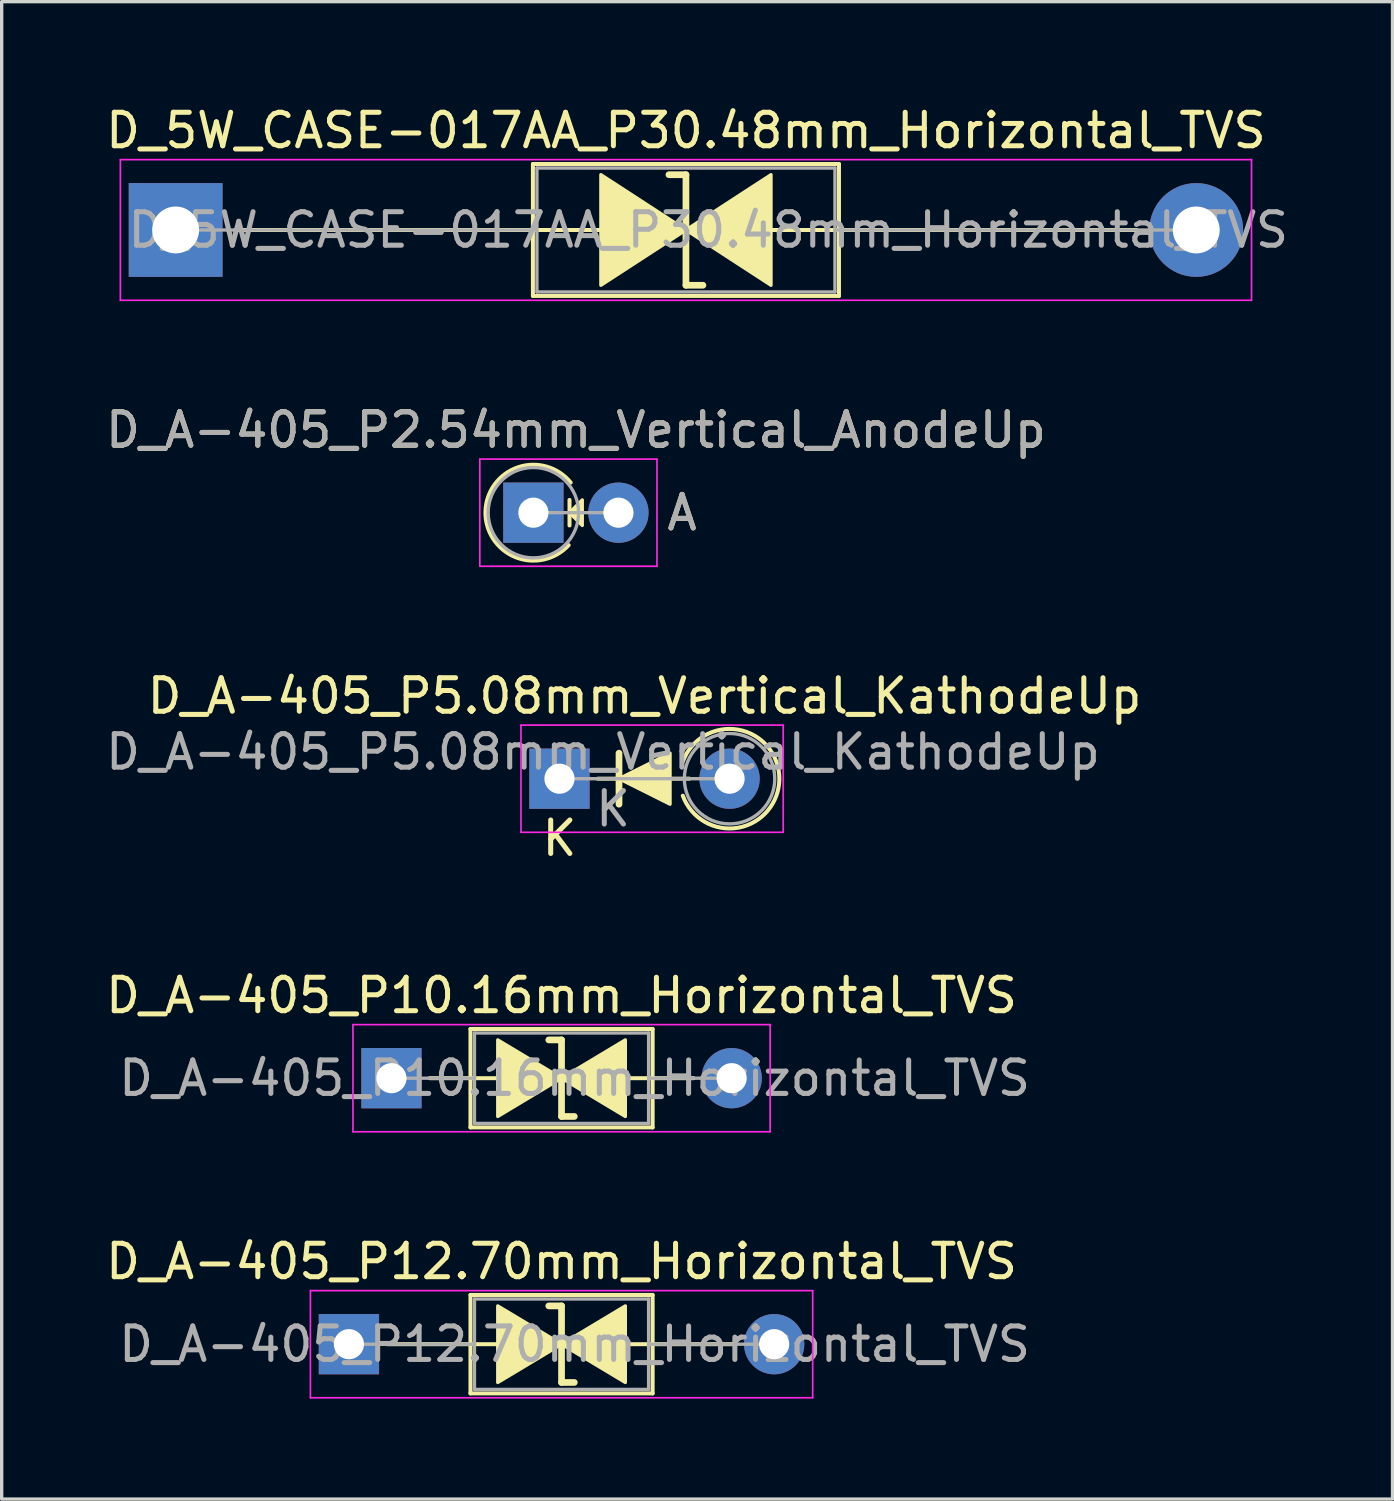
<source format=kicad_pcb>
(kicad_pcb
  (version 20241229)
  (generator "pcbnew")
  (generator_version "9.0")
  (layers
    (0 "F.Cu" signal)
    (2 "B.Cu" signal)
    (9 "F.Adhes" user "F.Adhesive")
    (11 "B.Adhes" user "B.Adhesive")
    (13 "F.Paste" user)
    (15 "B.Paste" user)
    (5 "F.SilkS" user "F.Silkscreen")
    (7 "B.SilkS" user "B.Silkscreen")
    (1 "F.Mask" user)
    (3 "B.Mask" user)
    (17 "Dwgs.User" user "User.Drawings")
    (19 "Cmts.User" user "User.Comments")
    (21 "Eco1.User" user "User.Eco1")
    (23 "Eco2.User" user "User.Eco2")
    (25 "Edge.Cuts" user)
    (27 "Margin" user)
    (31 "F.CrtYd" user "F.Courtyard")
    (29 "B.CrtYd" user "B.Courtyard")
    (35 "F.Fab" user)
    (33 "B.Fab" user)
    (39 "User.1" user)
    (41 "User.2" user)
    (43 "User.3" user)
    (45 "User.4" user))
  (footprint "D_A-405_P5.08mm_Vertical_KathodeUp"
    (layer "F.Cu")
    (at 13.658 20.205)
    (property "Reference" "D_A-405_P5.08mm_Vertical_KathodeUp" (at 2.54 -2.47 0) (layer "F.SilkS") (effects (font (size 1 1) (thickness 0.15))))
    (attr through_hole)
    (fp_line (start 1.143 0) (end 3.88 0) (stroke (width 0.12) (type solid)) (layer "F.SilkS"))
    (fp_line (start 1.778 -0.762) (end 1.778 0.762) (stroke (width 0.2) (type solid)) (layer "F.SilkS"))
    (fp_arc (start 3.683 -0.507999) (mid 6.566495 0.000001) (end 3.683 0.508) (stroke (width 0.12) (type solid)) (layer "F.SilkS"))
    (fp_poly (pts (xy 3.302 0.762) (xy 1.778 0) (xy 3.302 -0.762)) (stroke (width 0.1) (type solid)) (fill yes) (layer "F.SilkS"))
    (fp_line (start -1.15 -1.6) (end -1.15 1.6) (stroke (width 0.05) (type solid)) (layer "F.CrtYd"))
    (fp_line (start -1.15 1.6) (end 6.68 1.6) (stroke (width 0.05) (type solid)) (layer "F.CrtYd"))
    (fp_line (start 6.68 -1.6) (end -1.15 -1.6) (stroke (width 0.05) (type solid)) (layer "F.CrtYd"))
    (fp_line (start 6.68 1.6) (end 6.68 -1.6) (stroke (width 0.05) (type solid)) (layer "F.CrtYd"))
    (fp_line (start 0 0) (end 5.08 0) (stroke (width 0.1) (type solid)) (layer "F.Fab"))
    (fp_circle (center 5.08 0) (end 6.43 0) (stroke (width 0.1) (type solid)) (fill no) (layer "F.Fab"))
    (fp_text user "K" (at 0 1.778 0) (layer "F.SilkS") (effects (font (size 1 1) (thickness 0.15))))
    (fp_text user "${REFERENCE}" (at 1.3 -0.8 0) (layer "F.Fab") (effects (font (size 1 1) (thickness 0.15))))
    (fp_text user "K" (at 1.6 0.9 0) (layer "F.Fab") (effects (font (size 1 1) (thickness 0.15))))
    (pad "1" thru_hole rect (at 0 0) (size 1.8 1.8) (drill 0.9) (layers "*.Cu" "*.Mask"))
    (pad "2" thru_hole oval (at 5.08 0) (size 1.8 1.8) (drill 0.9) (layers "*.Cu" "*.Mask")))
  (footprint "D_A-405_P10.16mm_Horizontal_TVS"
    (layer "F.Cu")
    (at 8.64 29.149)
    (property "Reference" "D_A-405_P10.16mm_Horizontal_TVS" (at 5.08 -2.47 0) (layer "F.SilkS") (effects (font (size 1 1) (thickness 0.15))))
    (attr through_hole)
    (fp_line (start 1.14 0) (end 2.36 0) (stroke (width 0.12) (type solid)) (layer "F.SilkS"))
    (fp_line (start 2.36 -1.47) (end 2.36 1.47) (stroke (width 0.12) (type solid)) (layer "F.SilkS"))
    (fp_line (start 2.36 0) (end 3.175 0) (stroke (width 0.12) (type solid)) (layer "F.SilkS"))
    (fp_line (start 2.36 1.47) (end 7.8 1.47) (stroke (width 0.12) (type solid)) (layer "F.SilkS"))
    (fp_line (start 5.08 -1.143) (end 4.699 -1.143) (stroke (width 0.2) (type solid)) (layer "F.SilkS"))
    (fp_line (start 5.08 1.143) (end 5.08 -1.143) (stroke (width 0.2) (type solid)) (layer "F.SilkS"))
    (fp_line (start 5.461 1.143) (end 5.08 1.143) (stroke (width 0.2) (type solid)) (layer "F.SilkS"))
    (fp_line (start 7.8 -1.47) (end 2.36 -1.47) (stroke (width 0.12) (type solid)) (layer "F.SilkS"))
    (fp_line (start 7.8 0) (end 6.985 0) (stroke (width 0.12) (type solid)) (layer "F.SilkS"))
    (fp_line (start 7.8 1.47) (end 7.8 -1.47) (stroke (width 0.12) (type solid)) (layer "F.SilkS"))
    (fp_line (start 9.02 0) (end 7.8 0) (stroke (width 0.12) (type solid)) (layer "F.SilkS"))
    (fp_poly (pts (xy 5.08 0) (xy 3.175 1.143) (xy 3.175 -1.143)) (stroke (width 0.1) (type solid)) (fill yes) (layer "F.SilkS"))
    (fp_poly (pts (xy 5.08 0) (xy 6.985 -1.143) (xy 6.985 1.143)) (stroke (width 0.1) (type solid)) (fill yes) (layer "F.SilkS"))
    (fp_line (start -1.15 -1.6) (end -1.15 1.6) (stroke (width 0.05) (type solid)) (layer "F.CrtYd"))
    (fp_line (start -1.15 1.6) (end 11.31 1.6) (stroke (width 0.05) (type solid)) (layer "F.CrtYd"))
    (fp_line (start 11.31 -1.6) (end -1.15 -1.6) (stroke (width 0.05) (type solid)) (layer "F.CrtYd"))
    (fp_line (start 11.31 1.6) (end 11.31 -1.6) (stroke (width 0.05) (type solid)) (layer "F.CrtYd"))
    (fp_line (start 0 0) (end 2.48 0) (stroke (width 0.1) (type solid)) (layer "F.Fab"))
    (fp_line (start 2.48 -1.35) (end 2.48 1.35) (stroke (width 0.1) (type solid)) (layer "F.Fab"))
    (fp_line (start 2.48 1.35) (end 7.68 1.35) (stroke (width 0.1) (type solid)) (layer "F.Fab"))
    (fp_line (start 7.68 -1.35) (end 2.48 -1.35) (stroke (width 0.1) (type solid)) (layer "F.Fab"))
    (fp_line (start 7.68 1.35) (end 7.68 -1.35) (stroke (width 0.1) (type solid)) (layer "F.Fab"))
    (fp_line (start 10.16 0) (end 7.68 0) (stroke (width 0.1) (type solid)) (layer "F.Fab"))
    (fp_text user "${REFERENCE}" (at 5.47 0 0) (layer "F.Fab") (effects (font (size 1 1) (thickness 0.15))))
    (pad "1" thru_hole rect (at 0 0) (size 1.8 1.8) (drill 0.9) (layers "*.Cu" "*.Mask"))
    (pad "2" thru_hole oval (at 10.16 0) (size 1.8 1.8) (drill 0.9) (layers "*.Cu" "*.Mask")))
  (footprint "D_5W_CASE-017AA_P30.48mm_Horizontal_TVS"
    (layer "F.Cu")
    (at 2.195 3.818)
    (property "Reference" "D_5W_CASE-017AA_P30.48mm_Horizontal_TVS" (at 15.24 -2.97 0) (layer "F.SilkS") (effects (font (size 1 1) (thickness 0.15))))
    (fp_line (start 1.778 0) (end 10.67 0) (stroke (width 0.12) (type solid)) (layer "F.SilkS"))
    (fp_line (start 10.668 0) (end 12.7 0) (stroke (width 0.12) (type solid)) (layer "F.SilkS"))
    (fp_line (start 10.67 -1.97) (end 10.67 1.97) (stroke (width 0.12) (type solid)) (layer "F.SilkS"))
    (fp_line (start 10.67 1.97) (end 19.81 1.97) (stroke (width 0.12) (type solid)) (layer "F.SilkS"))
    (fp_line (start 15.24 -1.651) (end 14.732 -1.651) (stroke (width 0.2) (type solid)) (layer "F.SilkS"))
    (fp_line (start 15.24 1.651) (end 15.24 -1.651) (stroke (width 0.2) (type solid)) (layer "F.SilkS"))
    (fp_line (start 15.748 1.651) (end 15.24 1.651) (stroke (width 0.2) (type solid)) (layer "F.SilkS"))
    (fp_line (start 19.81 -1.97) (end 10.67 -1.97) (stroke (width 0.12) (type solid)) (layer "F.SilkS"))
    (fp_line (start 19.81 0) (end 17.78 0) (stroke (width 0.12) (type solid)) (layer "F.SilkS"))
    (fp_line (start 19.81 1.97) (end 19.81 -1.97) (stroke (width 0.12) (type solid)) (layer "F.SilkS"))
    (fp_line (start 28.702 0) (end 19.81 0) (stroke (width 0.12) (type solid)) (layer "F.SilkS"))
    (fp_poly (pts (xy 15.24 0) (xy 12.7 1.651) (xy 12.7 -1.651)) (stroke (width 0.1) (type solid)) (fill yes) (layer "F.SilkS"))
    (fp_poly (pts (xy 15.24 0) (xy 17.78 -1.651) (xy 17.78 1.651)) (stroke (width 0.1) (type solid)) (fill yes) (layer "F.SilkS"))
    (fp_line (start -1.65 -2.1) (end -1.65 2.1) (stroke (width 0.05) (type solid)) (layer "F.CrtYd"))
    (fp_line (start -1.65 2.1) (end 32.13 2.1) (stroke (width 0.05) (type solid)) (layer "F.CrtYd"))
    (fp_line (start 32.13 -2.1) (end -1.65 -2.1) (stroke (width 0.05) (type solid)) (layer "F.CrtYd"))
    (fp_line (start 32.13 2.1) (end 32.13 -2.1) (stroke (width 0.05) (type solid)) (layer "F.CrtYd"))
    (fp_line (start 0 0) (end 10.79 0) (stroke (width 0.1) (type solid)) (layer "F.Fab"))
    (fp_line (start 10.79 -1.85) (end 10.79 1.85) (stroke (width 0.1) (type solid)) (layer "F.Fab"))
    (fp_line (start 10.79 1.85) (end 19.69 1.85) (stroke (width 0.1) (type solid)) (layer "F.Fab"))
    (fp_line (start 19.69 -1.85) (end 10.79 -1.85) (stroke (width 0.1) (type solid)) (layer "F.Fab"))
    (fp_line (start 19.69 1.85) (end 19.69 -1.85) (stroke (width 0.1) (type solid)) (layer "F.Fab"))
    (fp_line (start 30.48 0) (end 19.69 0) (stroke (width 0.1) (type solid)) (layer "F.Fab"))
    (fp_text user "${REFERENCE}" (at 15.908 0 0) (layer "F.Fab") (effects (font (size 1 1) (thickness 0.15))))
    (pad "1" thru_hole rect (at 0 0) (size 2.8 2.8) (drill 1.4) (layers "*.Cu" "*.Mask"))
    (pad "2" thru_hole oval (at 30.48 0) (size 2.8 2.8) (drill 1.4) (layers "*.Cu" "*.Mask")))
  (footprint "D_A-405_P2.54mm_Vertical_AnodeUp"
    (layer "F.Cu")
    (at 12.879 12.261)
    (property "Reference" "D_A-405_P2.54mm_Vertical_AnodeUp" (at 1.27 -2.47 0) (layer "F.SilkS") (effects (font (size 1 1) (thickness 0.15))))
    (attr through_hole)
    (fp_line (start 1.079 -0.381) (end 1.079 0.381) (stroke (width 0.12) (type solid)) (layer "F.SilkS"))
    (fp_arc (start 1.05385 0.968866) (mid -1.430816 -0.045469) (end 1.113239 -0.9) (stroke (width 0.12) (type solid)) (layer "F.SilkS"))
    (fp_poly (pts (xy 1.46 0.381) (xy 1.079 0) (xy 1.46 -0.381)) (stroke (width 0.1) (type solid)) (fill yes) (layer "F.SilkS"))
    (fp_line (start -1.6 -1.6) (end -1.6 1.6) (stroke (width 0.05) (type solid)) (layer "F.CrtYd"))
    (fp_line (start -1.6 1.6) (end 3.69 1.6) (stroke (width 0.05) (type solid)) (layer "F.CrtYd"))
    (fp_line (start 3.69 -1.6) (end -1.6 -1.6) (stroke (width 0.05) (type solid)) (layer "F.CrtYd"))
    (fp_line (start 3.69 1.6) (end 3.69 -1.6) (stroke (width 0.05) (type solid)) (layer "F.CrtYd"))
    (fp_line (start 0 0) (end 2.54 0) (stroke (width 0.1) (type solid)) (layer "F.Fab"))
    (fp_circle (center 0 0) (end 1.35 0) (stroke (width 0.1) (type solid)) (fill no) (layer "F.Fab"))
    (fp_text user "A" (at 4.44 0 0) (layer "F.SilkS") (effects (font (size 1 1) (thickness 0.15))))
    (fp_text user "${REFERENCE}" (at 1.27 -2.47 0) (layer "F.Fab") (effects (font (size 1 1) (thickness 0.15))))
    (fp_text user "A" (at 4.44 0 0) (layer "F.Fab") (effects (font (size 1 1) (thickness 0.15))))
    (pad "1" thru_hole rect (at 0 0) (size 1.8 1.8) (drill 0.9) (layers "*.Cu" "*.Mask"))
    (pad "2" thru_hole oval (at 2.54 0) (size 1.8 1.8) (drill 0.9) (layers "*.Cu" "*.Mask")))
  (footprint "D_A-405_P12.70mm_Horizontal_TVS"
    (layer "F.Cu")
    (at 7.37 37.093)
    (property "Reference" "D_A-405_P12.70mm_Horizontal_TVS" (at 6.35 -2.47 0) (layer "F.SilkS") (effects (font (size 1 1) (thickness 0.15))))
    (attr through_hole)
    (fp_line (start 1.14 0) (end 3.63 0) (stroke (width 0.12) (type solid)) (layer "F.SilkS"))
    (fp_line (start 3.63 -1.47) (end 3.63 1.47) (stroke (width 0.12) (type solid)) (layer "F.SilkS"))
    (fp_line (start 3.63 0) (end 4.445 0) (stroke (width 0.12) (type solid)) (layer "F.SilkS"))
    (fp_line (start 3.63 1.47) (end 9.07 1.47) (stroke (width 0.12) (type solid)) (layer "F.SilkS"))
    (fp_line (start 6.35 -1.143) (end 5.969 -1.143) (stroke (width 0.2) (type solid)) (layer "F.SilkS"))
    (fp_line (start 6.35 1.143) (end 6.35 -1.143) (stroke (width 0.2) (type solid)) (layer "F.SilkS"))
    (fp_line (start 6.731 1.143) (end 6.35 1.143) (stroke (width 0.2) (type solid)) (layer "F.SilkS"))
    (fp_line (start 9.07 -1.47) (end 3.63 -1.47) (stroke (width 0.12) (type solid)) (layer "F.SilkS"))
    (fp_line (start 9.07 0) (end 8.255 0) (stroke (width 0.12) (type solid)) (layer "F.SilkS"))
    (fp_line (start 9.07 1.47) (end 9.07 -1.47) (stroke (width 0.12) (type solid)) (layer "F.SilkS"))
    (fp_line (start 11.56 0) (end 9.07 0) (stroke (width 0.12) (type solid)) (layer "F.SilkS"))
    (fp_poly (pts (xy 6.35 0) (xy 4.445 1.143) (xy 4.445 -1.143)) (stroke (width 0.1) (type solid)) (fill yes) (layer "F.SilkS"))
    (fp_poly (pts (xy 6.35 0) (xy 8.255 -1.143) (xy 8.255 1.143)) (stroke (width 0.1) (type solid)) (fill yes) (layer "F.SilkS"))
    (fp_line (start -1.15 -1.6) (end -1.15 1.6) (stroke (width 0.05) (type solid)) (layer "F.CrtYd"))
    (fp_line (start -1.15 1.6) (end 13.85 1.6) (stroke (width 0.05) (type solid)) (layer "F.CrtYd"))
    (fp_line (start 13.85 -1.6) (end -1.15 -1.6) (stroke (width 0.05) (type solid)) (layer "F.CrtYd"))
    (fp_line (start 13.85 1.6) (end 13.85 -1.6) (stroke (width 0.05) (type solid)) (layer "F.CrtYd"))
    (fp_line (start 0 0) (end 3.75 0) (stroke (width 0.1) (type solid)) (layer "F.Fab"))
    (fp_line (start 3.75 -1.35) (end 3.75 1.35) (stroke (width 0.1) (type solid)) (layer "F.Fab"))
    (fp_line (start 3.75 1.35) (end 8.95 1.35) (stroke (width 0.1) (type solid)) (layer "F.Fab"))
    (fp_line (start 8.95 -1.35) (end 3.75 -1.35) (stroke (width 0.1) (type solid)) (layer "F.Fab"))
    (fp_line (start 8.95 1.35) (end 8.95 -1.35) (stroke (width 0.1) (type solid)) (layer "F.Fab"))
    (fp_line (start 12.7 0) (end 8.95 0) (stroke (width 0.1) (type solid)) (layer "F.Fab"))
    (fp_text user "${REFERENCE}" (at 6.74 0 0) (layer "F.Fab") (effects (font (size 1 1) (thickness 0.15))))
    (pad "1" thru_hole rect (at 0 0) (size 1.8 1.8) (drill 0.9) (layers "*.Cu" "*.Mask"))
    (pad "2" thru_hole oval (at 12.7 0) (size 1.8 1.8) (drill 0.9) (layers "*.Cu" "*.Mask")))
  (gr_rect
    (start -3 -3)
    (end 38.537 41.718)
    (stroke (width 0.1) (type default))
    (fill no)
    (layer "Edge.Cuts")))
</source>
